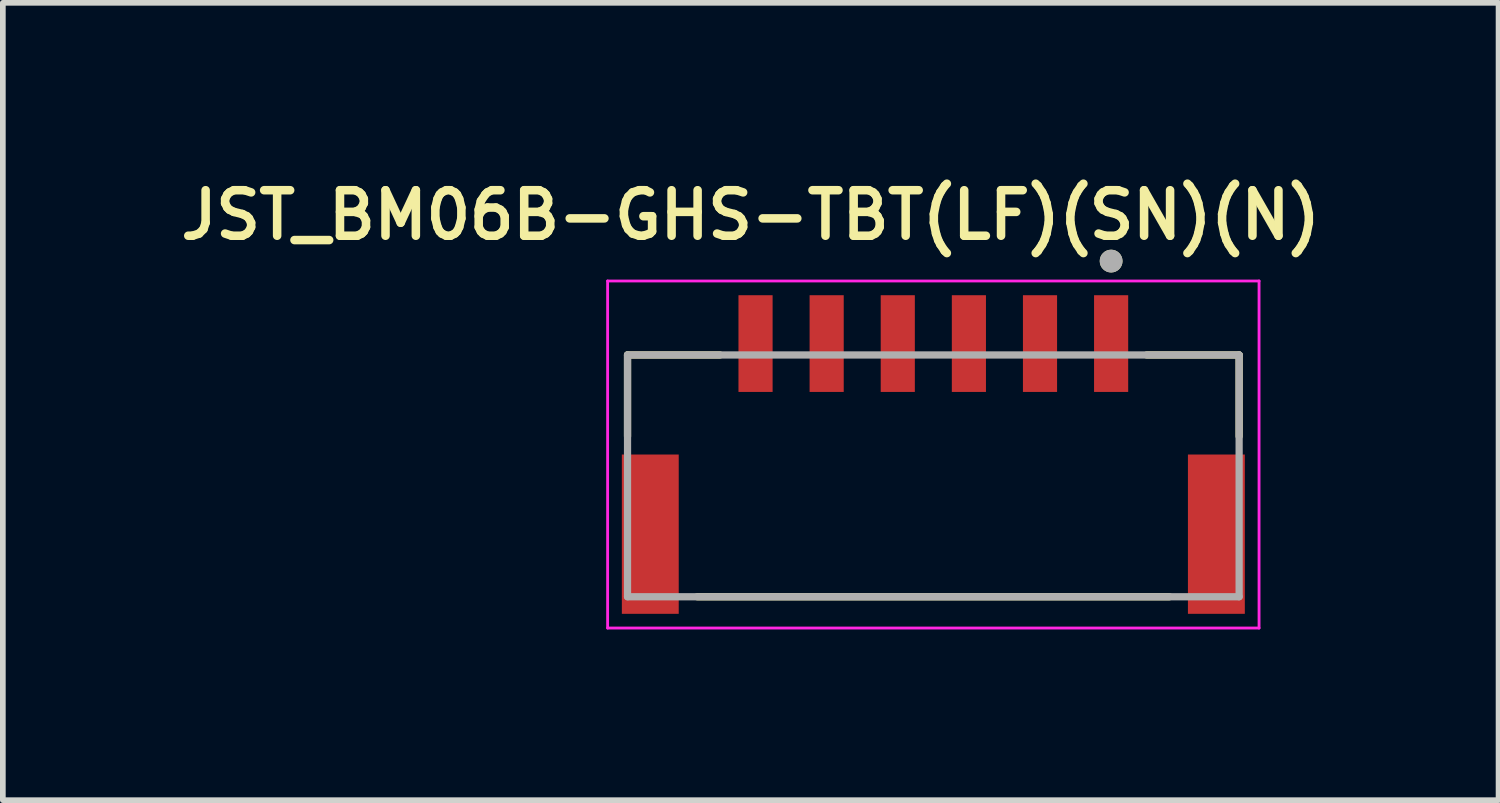
<source format=kicad_pcb>
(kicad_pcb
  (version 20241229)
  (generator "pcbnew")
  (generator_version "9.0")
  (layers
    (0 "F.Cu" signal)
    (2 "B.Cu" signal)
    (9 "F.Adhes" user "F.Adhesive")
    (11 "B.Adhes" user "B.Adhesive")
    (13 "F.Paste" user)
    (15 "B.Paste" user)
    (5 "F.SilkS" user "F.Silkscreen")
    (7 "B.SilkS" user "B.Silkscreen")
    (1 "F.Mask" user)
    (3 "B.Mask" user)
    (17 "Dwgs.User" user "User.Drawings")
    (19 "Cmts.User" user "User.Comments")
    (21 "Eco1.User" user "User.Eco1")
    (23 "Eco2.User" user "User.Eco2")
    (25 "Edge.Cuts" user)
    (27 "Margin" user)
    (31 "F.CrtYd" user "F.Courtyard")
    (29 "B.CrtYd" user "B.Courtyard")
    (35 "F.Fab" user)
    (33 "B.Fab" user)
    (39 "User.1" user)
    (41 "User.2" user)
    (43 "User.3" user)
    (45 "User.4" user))
  (footprint "JST_BM06B-GHS-TBT(LF)(SN)(N)"
    (layer "F.Cu")
    (at 13.355 6.339)
    (property "Reference" "JST_BM06B-GHS-TBT(LF)(SN)(N)" (at -3.21 -5.608 0) (layer "F.SilkS") (effects (font (size 0.8 0.8) (thickness 0.15))))
    (attr through_hole)
    (fp_line (start -5.375 -3.15) (end -3.75 -3.15) (stroke (width 0.127) (type solid)) (layer "F.SilkS"))
    (fp_line (start -5.375 -1.72) (end -5.375 -3.15) (stroke (width 0.127) (type solid)) (layer "F.SilkS"))
    (fp_line (start -4.15 1.1) (end 4.15 1.1) (stroke (width 0.127) (type solid)) (layer "F.SilkS"))
    (fp_line (start 3.75 -3.15) (end 5.375 -3.15) (stroke (width 0.127) (type solid)) (layer "F.SilkS"))
    (fp_line (start 5.375 -1.72) (end 5.375 -3.15) (stroke (width 0.127) (type solid)) (layer "F.SilkS"))
    (fp_circle (center 3.125 -4.8) (end 3.225 -4.8) (stroke (width 0.2) (type solid)) (fill no) (layer "F.SilkS"))
    (fp_line (start -5.725 -4.45) (end 5.725 -4.45) (stroke (width 0.05) (type solid)) (layer "F.CrtYd"))
    (fp_line (start -5.725 1.65) (end -5.725 -4.45) (stroke (width 0.05) (type solid)) (layer "F.CrtYd"))
    (fp_line (start 5.725 -4.45) (end 5.725 1.65) (stroke (width 0.05) (type solid)) (layer "F.CrtYd"))
    (fp_line (start 5.725 1.65) (end -5.725 1.65) (stroke (width 0.05) (type solid)) (layer "F.CrtYd"))
    (fp_line (start -5.375 -3.15) (end 5.375 -3.15) (stroke (width 0.127) (type solid)) (layer "F.Fab"))
    (fp_line (start -5.375 1.1) (end -5.375 -3.15) (stroke (width 0.127) (type solid)) (layer "F.Fab"))
    (fp_line (start 5.375 -3.15) (end 5.375 1.1) (stroke (width 0.127) (type solid)) (layer "F.Fab"))
    (fp_line (start 5.375 1.1) (end -5.375 1.1) (stroke (width 0.127) (type solid)) (layer "F.Fab"))
    (fp_circle (center 3.125 -4.8) (end 3.225 -4.8) (stroke (width 0.2) (type solid)) (fill no) (layer "F.Fab"))
    (pad "1" smd rect (at 3.125 -3.35 270) (size 1.7 0.6) (layers "F.Cu" "F.Mask" "F.Paste"))
    (pad "2" smd rect (at 1.875 -3.35 270) (size 1.7 0.6) (layers "F.Cu" "F.Mask" "F.Paste"))
    (pad "3" smd rect (at 0.625 -3.35 270) (size 1.7 0.6) (layers "F.Cu" "F.Mask" "F.Paste"))
    (pad "4" smd rect (at -0.625 -3.35 270) (size 1.7 0.6) (layers "F.Cu" "F.Mask" "F.Paste"))
    (pad "5" smd rect (at -1.875 -3.35 270) (size 1.7 0.6) (layers "F.Cu" "F.Mask" "F.Paste"))
    (pad "6" smd rect (at -3.125 -3.35 270) (size 1.7 0.6) (layers "F.Cu" "F.Mask" "F.Paste"))
    (pad "S1" smd rect (at -4.975 0 270) (size 2.8 1) (layers "F.Cu" "F.Mask" "F.Paste"))
    (pad "S2" smd rect (at 4.975 0 270) (size 2.8 1) (layers "F.Cu" "F.Mask" "F.Paste")))
  (gr_rect
    (start -3 -3)
    (end 23.29 11.014)
    (stroke (width 0.1) (type default))
    (fill no)
    (layer "Edge.Cuts")))
</source>
